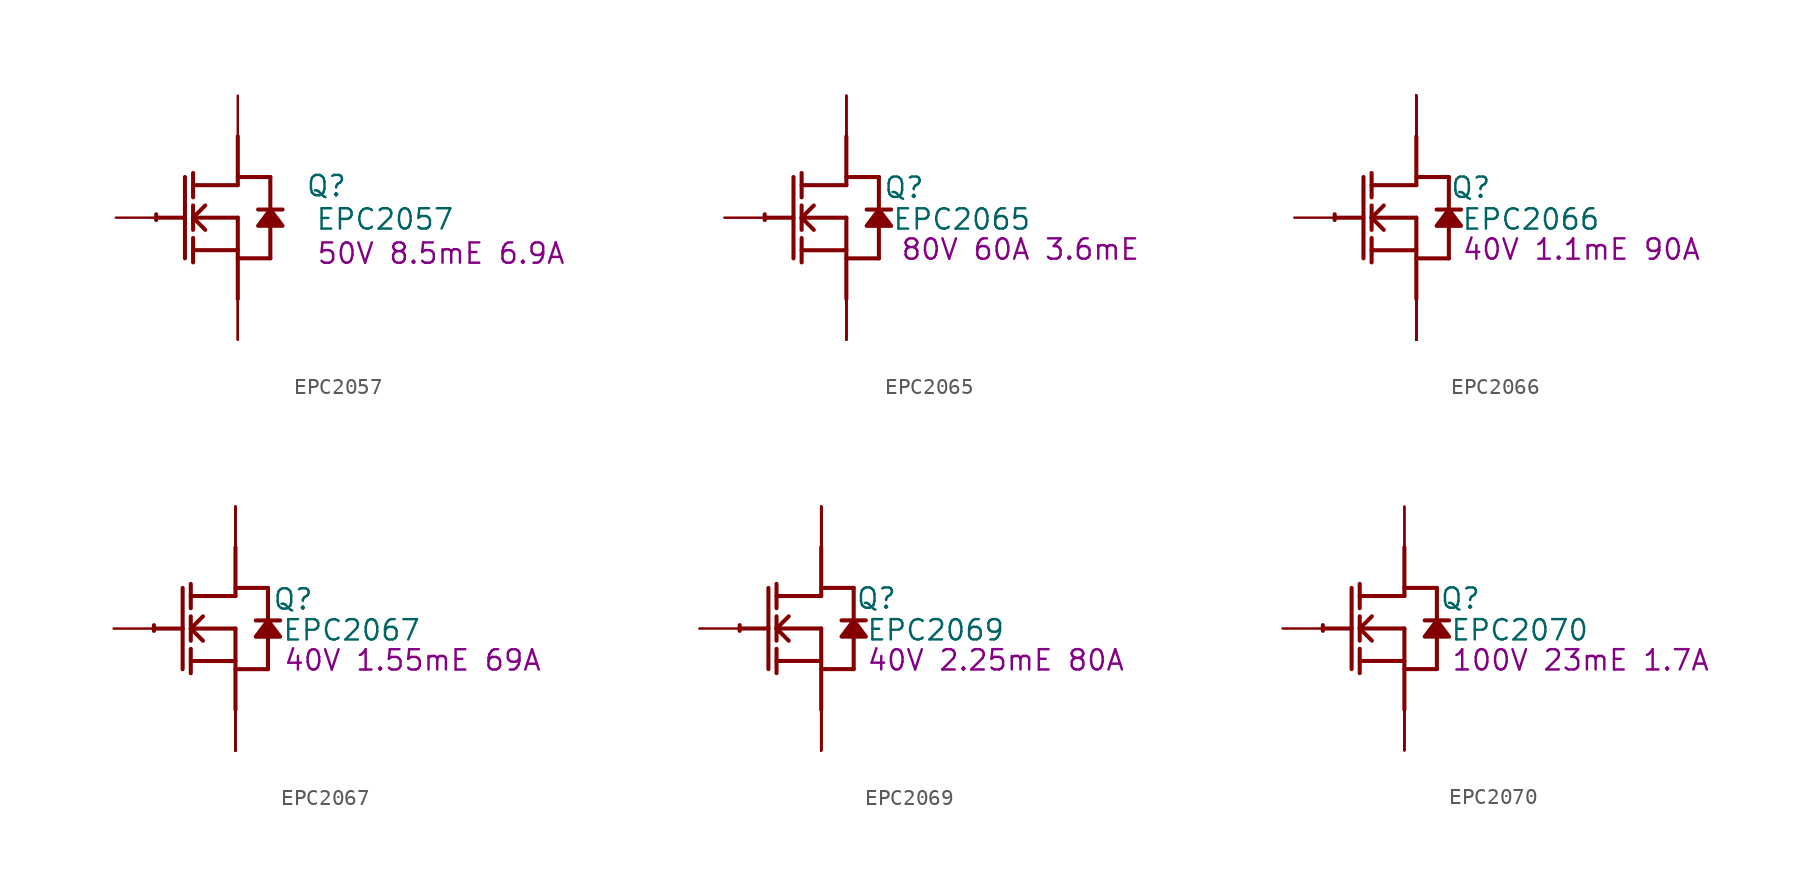
<source format=kicad_sym>
(kicad_symbol_lib
  (version 20231120)
  (generator "kicad_symbol_editor")
  (generator_version "8.0")
  (symbol "EPC2057"
    (property "Reference" "Q"
      (at 5.537 1.981 0)
      (effects (font (size 1.27 1.27))))
    (property "Value" "EPC2057"
      (at 9.195 -0.102 0)
      (effects (font (size 1.27 1.27))))
    (property "Description" "50V 8.5mE 6.9A"
      (at 12.7 -2.235 0)
      (effects (font (size 1.27 1.27))))
    (symbol "EPC2057_1_0"
      (arc (start -5.0996 0.2128) (mid -5.1039 0.0331) (end -5.1019 -0.1467) (stroke (width 0.254) (type solid)) (fill (type none)))
      (polyline (pts (xy -5.08 0) (xy -3.302 0)) (stroke (width 0.254) (type solid)) (fill (type none)))
      (polyline (pts (xy -3.302 2.54) (xy -3.302 -2.54)) (stroke (width 0.254) (type solid)) (fill (type none)))
      (polyline (pts (xy -2.794 -2.794) (xy -2.794 -1.27)) (stroke (width 0.254) (type solid)) (fill (type none)))
      (polyline (pts (xy -2.794 -2.032) (xy 0 -2.032)) (stroke (width 0.254) (type solid)) (fill (type none)))
      (polyline (pts (xy -2.794 -0.762) (xy -2.794 0.762)) (stroke (width 0.254) (type solid)) (fill (type none)))
      (polyline (pts (xy -2.794 0) (xy -2.032 0.762)) (stroke (width 0.254) (type solid)) (fill (type none)))
      (polyline (pts (xy -2.794 0) (xy 0 0)) (stroke (width 0.254) (type solid)) (fill (type none)))
      (polyline (pts (xy -2.794 1.27) (xy -2.794 2.794)) (stroke (width 0.254) (type solid)) (fill (type none)))
      (polyline (pts (xy -2.032 -0.762) (xy -2.794 0)) (stroke (width 0.254) (type solid)) (fill (type none)))
      (polyline (pts (xy 0 -2.54) (xy 2.032 -2.54)) (stroke (width 0.254) (type solid)) (fill (type none)))
      (polyline (pts (xy 0 0) (xy 0 -5.08)) (stroke (width 0.254) (type solid)) (fill (type none)))
      (polyline (pts (xy 0 2.032) (xy -2.794 2.032)) (stroke (width 0.254) (type solid)) (fill (type none)))
      (polyline (pts (xy 0 2.032) (xy 0 5.08)) (stroke (width 0.254) (type solid)) (fill (type none)))
      (polyline (pts (xy 0 2.54) (xy 2.032 2.54)) (stroke (width 0.254) (type solid)) (fill (type none)))
      (polyline (pts (xy 2.032 -0.508) (xy 2.032 -2.54)) (stroke (width 0.254) (type solid)) (fill (type none)))
      (polyline (pts (xy 2.032 2.54) (xy 2.032 0.508)) (stroke (width 0.254) (type solid)) (fill (type none)))
      (polyline (pts (xy 2.794 0.508) (xy 1.27 0.508)) (stroke (width 0.254) (type solid)) (fill (type none)))
      (polyline (pts (xy 2.032 0.508) (xy 1.27 -0.508) (xy 2.794 -0.508) (xy 2.032 0.508)) (stroke (width 0.254) (type solid)) (fill (type outline)))
      (pin passive line (at -7.62 0 0) (length 2.54) (name "G" (effects (font (size 0 0)))) (number "1" (effects (font (size 0 0)))))
      (pin open_emitter line (at 0 -7.62 90) (length 2.54) (name "S" (effects (font (size 0 0)))) (number "2" (effects (font (size 0 0)))))
      (pin open_collector line (at 0 7.62 270) (length 2.54) (name "D" (effects (font (size 0 0)))) (number "3" (effects (font (size 0 0)))))
      (pin open_emitter line (at 0 -7.62 90) (length 2.54) (name "S" (effects (font (size 0 0)))) (number "4" (effects (font (size 0 0)))))))
  (symbol "EPC2065"
    (property "Reference" "Q"
      (at 3.607 1.88 0)
      (effects (font (size 1.27 1.27))))
    (property "Value" "EPC2065"
      (at 7.214 -0.102 0)
      (effects (font (size 1.27 1.27))))
    (property "Description" "80V 60A 3.6mE"
      (at 10.871 -1.981 0)
      (effects (font (size 1.27 1.27))))
    (symbol "EPC2065_1_0"
      (arc (start -5.0996 0.2128) (mid -5.1039 0.0331) (end -5.1019 -0.1467) (stroke (width 0.254) (type solid)) (fill (type none)))
      (polyline (pts (xy -5.08 0) (xy -3.302 0)) (stroke (width 0.254) (type solid)) (fill (type none)))
      (polyline (pts (xy -3.302 2.54) (xy -3.302 -2.54)) (stroke (width 0.254) (type solid)) (fill (type none)))
      (polyline (pts (xy -2.794 -2.794) (xy -2.794 -1.27)) (stroke (width 0.254) (type solid)) (fill (type none)))
      (polyline (pts (xy -2.794 -2.032) (xy 0 -2.032)) (stroke (width 0.254) (type solid)) (fill (type none)))
      (polyline (pts (xy -2.794 -0.762) (xy -2.794 0.762)) (stroke (width 0.254) (type solid)) (fill (type none)))
      (polyline (pts (xy -2.794 0) (xy -2.032 0.762)) (stroke (width 0.254) (type solid)) (fill (type none)))
      (polyline (pts (xy -2.794 0) (xy 0 0)) (stroke (width 0.254) (type solid)) (fill (type none)))
      (polyline (pts (xy -2.794 1.27) (xy -2.794 2.794)) (stroke (width 0.254) (type solid)) (fill (type none)))
      (polyline (pts (xy -2.032 -0.762) (xy -2.794 0)) (stroke (width 0.254) (type solid)) (fill (type none)))
      (polyline (pts (xy 0 -2.54) (xy 2.032 -2.54)) (stroke (width 0.254) (type solid)) (fill (type none)))
      (polyline (pts (xy 0 0) (xy 0 -5.08)) (stroke (width 0.254) (type solid)) (fill (type none)))
      (polyline (pts (xy 0 2.032) (xy -2.794 2.032)) (stroke (width 0.254) (type solid)) (fill (type none)))
      (polyline (pts (xy 0 2.032) (xy 0 5.08)) (stroke (width 0.254) (type solid)) (fill (type none)))
      (polyline (pts (xy 0 2.54) (xy 2.032 2.54)) (stroke (width 0.254) (type solid)) (fill (type none)))
      (polyline (pts (xy 2.032 -0.508) (xy 2.032 -2.54)) (stroke (width 0.254) (type solid)) (fill (type none)))
      (polyline (pts (xy 2.032 2.54) (xy 2.032 0.508)) (stroke (width 0.254) (type solid)) (fill (type none)))
      (polyline (pts (xy 2.794 0.508) (xy 1.27 0.508)) (stroke (width 0.254) (type solid)) (fill (type none)))
      (polyline (pts (xy 2.032 0.508) (xy 1.27 -0.508) (xy 2.794 -0.508) (xy 2.032 0.508)) (stroke (width 0.254) (type solid)) (fill (type outline)))
      (pin passive line (at -7.62 0 0) (length 2.54) (name "G" (effects (font (size 0 0)))) (number "1" (effects (font (size 0 0)))))
      (pin passive line (at 0 -7.62 90) (length 2.54) (name "S" (effects (font (size 0 0)))) (number "2" (effects (font (size 0 0)))))
      (pin passive line (at 0 7.62 270) (length 2.54) (name "D" (effects (font (size 0 0)))) (number "3" (effects (font (size 0 0)))))
      (pin passive line (at 0 -7.62 90) (length 2.54) (name "S" (effects (font (size 0 0)))) (number "4" (effects (font (size 0 0)))))
      (pin passive line (at 0 7.62 270) (length 2.54) (name "D" (effects (font (size 0 0)))) (number "5" (effects (font (size 0 0)))))
      (pin passive line (at 0 -7.62 90) (length 2.54) (name "S" (effects (font (size 0 0)))) (number "6" (effects (font (size 0 0)))))
      (pin passive line (at 0 7.62 270) (length 2.54) (name "D" (effects (font (size 0 0)))) (number "7" (effects (font (size 0 0)))))
      (pin passive line (at 0 -7.62 90) (length 2.54) (name "S" (effects (font (size 0 0)))) (number "8" (effects (font (size 0 0)))))))
  (symbol "EPC2066"
    (property "Reference" "Q"
      (at 3.404 1.88 0)
      (effects (font (size 1.27 1.27))))
    (property "Value" "EPC2066"
      (at 7.163 -0.102 0)
      (effects (font (size 1.27 1.27))))
    (property "Description" "40V 1.1mE 90A"
      (at 10.312 -1.981 0)
      (effects (font (size 1.27 1.27))))
    (symbol "EPC2066_1_0"
      (arc (start -5.0996 0.2128) (mid -5.1039 0.0331) (end -5.1019 -0.1467) (stroke (width 0.254) (type solid)) (fill (type none)))
      (polyline (pts (xy -5.08 0) (xy -3.302 0)) (stroke (width 0.254) (type solid)) (fill (type none)))
      (polyline (pts (xy -3.302 2.54) (xy -3.302 -2.54)) (stroke (width 0.254) (type solid)) (fill (type none)))
      (polyline (pts (xy -2.794 -2.794) (xy -2.794 -1.27)) (stroke (width 0.254) (type solid)) (fill (type none)))
      (polyline (pts (xy -2.794 -2.032) (xy 0 -2.032)) (stroke (width 0.254) (type solid)) (fill (type none)))
      (polyline (pts (xy -2.794 -0.762) (xy -2.794 0.762)) (stroke (width 0.254) (type solid)) (fill (type none)))
      (polyline (pts (xy -2.794 0) (xy -2.032 0.762)) (stroke (width 0.254) (type solid)) (fill (type none)))
      (polyline (pts (xy -2.794 0) (xy 0 0)) (stroke (width 0.254) (type solid)) (fill (type none)))
      (polyline (pts (xy -2.794 1.27) (xy -2.794 2.794)) (stroke (width 0.254) (type solid)) (fill (type none)))
      (polyline (pts (xy -2.032 -0.762) (xy -2.794 0)) (stroke (width 0.254) (type solid)) (fill (type none)))
      (polyline (pts (xy 0 -2.54) (xy 2.032 -2.54)) (stroke (width 0.254) (type solid)) (fill (type none)))
      (polyline (pts (xy 0 0) (xy 0 -5.08)) (stroke (width 0.254) (type solid)) (fill (type none)))
      (polyline (pts (xy 0 2.032) (xy -2.794 2.032)) (stroke (width 0.254) (type solid)) (fill (type none)))
      (polyline (pts (xy 0 2.032) (xy 0 5.08)) (stroke (width 0.254) (type solid)) (fill (type none)))
      (polyline (pts (xy 0 2.54) (xy 2.032 2.54)) (stroke (width 0.254) (type solid)) (fill (type none)))
      (polyline (pts (xy 2.032 -0.508) (xy 2.032 -2.54)) (stroke (width 0.254) (type solid)) (fill (type none)))
      (polyline (pts (xy 2.032 2.54) (xy 2.032 0.508)) (stroke (width 0.254) (type solid)) (fill (type none)))
      (polyline (pts (xy 2.794 0.508) (xy 1.27 0.508)) (stroke (width 0.254) (type solid)) (fill (type none)))
      (polyline (pts (xy 2.032 0.508) (xy 1.27 -0.508) (xy 2.794 -0.508) (xy 2.032 0.508)) (stroke (width 0.254) (type solid)) (fill (type outline)))
      (pin passive line (at -7.62 0 0) (length 2.54) (name "G" (effects (font (size 0 0)))) (number "1" (effects (font (size 0 0)))))
      (pin open_emitter line (at 0 -7.62 90) (length 2.54) (name "S5" (effects (font (size 0 0)))) (number "10" (effects (font (size 0 0)))))
      (pin open_collector line (at 0 7.62 270) (length 2.54) (name "D5" (effects (font (size 0 0)))) (number "11" (effects (font (size 0 0)))))
      (pin open_collector line (at 0 7.62 270) (length 2.54) (name "D6" (effects (font (size 0 0)))) (number "12" (effects (font (size 0 0)))))
      (pin open_emitter line (at 0 -7.62 90) (length 2.54) (name "S6" (effects (font (size 0 0)))) (number "13" (effects (font (size 0 0)))))
      (pin open_emitter line (at 0 -7.62 90) (length 2.54) (name "S7" (effects (font (size 0 0)))) (number "14" (effects (font (size 0 0)))))
      (pin open_collector line (at 0 7.62 270) (length 2.54) (name "D7" (effects (font (size 0 0)))) (number "15" (effects (font (size 0 0)))))
      (pin open_collector line (at 0 7.62 270) (length 2.54) (name "D8" (effects (font (size 0 0)))) (number "16" (effects (font (size 0 0)))))
      (pin open_emitter line (at 0 -7.62 90) (length 2.54) (name "S8" (effects (font (size 0 0)))) (number "17" (effects (font (size 0 0)))))
      (pin open_emitter line (at 0 -7.62 90) (length 2.54) (name "S9" (effects (font (size 0 0)))) (number "18" (effects (font (size 0 0)))))
      (pin open_collector line (at 0 7.62 270) (length 2.54) (name "D9" (effects (font (size 0 0)))) (number "19" (effects (font (size 0 0)))))
      (pin open_emitter line (at 0 -7.62 90) (length 2.54) (name "S1" (effects (font (size 0 0)))) (number "2" (effects (font (size 0 0)))))
      (pin open_collector line (at 0 7.62 270) (length 2.54) (name "D10" (effects (font (size 0 0)))) (number "20" (effects (font (size 0 0)))))
      (pin open_emitter line (at 0 -7.62 90) (length 2.54) (name "S10" (effects (font (size 0 0)))) (number "21" (effects (font (size 0 0)))))
      (pin open_emitter line (at 0 -7.62 90) (length 2.54) (name "S11" (effects (font (size 0 0)))) (number "22" (effects (font (size 0 0)))))
      (pin open_collector line (at 0 7.62 270) (length 2.54) (name "D11" (effects (font (size 0 0)))) (number "23" (effects (font (size 0 0)))))
      (pin open_collector line (at 0 7.62 270) (length 2.54) (name "D12" (effects (font (size 0 0)))) (number "24" (effects (font (size 0 0)))))
      (pin open_emitter line (at 0 -7.62 90) (length 2.54) (name "S12" (effects (font (size 0 0)))) (number "25" (effects (font (size 0 0)))))
      (pin open_emitter line (at 0 -7.62 90) (length 2.54) (name "S13" (effects (font (size 0 0)))) (number "26" (effects (font (size 0 0)))))
      (pin open_collector line (at 0 7.62 270) (length 2.54) (name "D13" (effects (font (size 0 0)))) (number "27" (effects (font (size 0 0)))))
      (pin open_collector line (at 0 7.62 270) (length 2.54) (name "D14" (effects (font (size 0 0)))) (number "28" (effects (font (size 0 0)))))
      (pin open_emitter line (at 0 -7.62 90) (length 2.54) (name "S14" (effects (font (size 0 0)))) (number "29" (effects (font (size 0 0)))))
      (pin open_collector line (at 0 7.62 270) (length 2.54) (name "D1" (effects (font (size 0 0)))) (number "3" (effects (font (size 0 0)))))
      (pin open_emitter line (at 0 -7.62 90) (length 2.54) (name "Sub" (effects (font (size 0 0)))) (number "30" (effects (font (size 0 0)))))
      (pin open_collector line (at 0 7.62 270) (length 2.54) (name "D2" (effects (font (size 0 0)))) (number "4" (effects (font (size 0 0)))))
      (pin open_emitter line (at 0 -7.62 90) (length 2.54) (name "S2" (effects (font (size 0 0)))) (number "5" (effects (font (size 0 0)))))
      (pin open_emitter line (at 0 -7.62 90) (length 2.54) (name "S3" (effects (font (size 0 0)))) (number "6" (effects (font (size 0 0)))))
      (pin open_collector line (at 0 7.62 270) (length 2.54) (name "D3" (effects (font (size 0 0)))) (number "7" (effects (font (size 0 0)))))
      (pin open_collector line (at 0 7.62 270) (length 2.54) (name "D4" (effects (font (size 0 0)))) (number "8" (effects (font (size 0 0)))))
      (pin open_emitter line (at 0 -7.62 90) (length 2.54) (name "S4" (effects (font (size 0 0)))) (number "9" (effects (font (size 0 0)))))))
  (symbol "EPC2067"
    (property "Reference" "Q"
      (at 3.607 1.829 0)
      (effects (font (size 1.27 1.27))))
    (property "Value" "EPC2067"
      (at 7.264 -0.102 0)
      (effects (font (size 1.27 1.27))))
    (property "Description" "40V 1.55mE 69A"
      (at 11.074 -1.981 0)
      (effects (font (size 1.27 1.27))))
    (symbol "EPC2067_1_0"
      (arc (start -5.0996 0.2128) (mid -5.1039 0.0331) (end -5.1019 -0.1467) (stroke (width 0.254) (type solid)) (fill (type none)))
      (polyline (pts (xy -5.08 0) (xy -3.302 0)) (stroke (width 0.254) (type solid)) (fill (type none)))
      (polyline (pts (xy -3.302 2.54) (xy -3.302 -2.54)) (stroke (width 0.254) (type solid)) (fill (type none)))
      (polyline (pts (xy -2.794 -2.794) (xy -2.794 -1.27)) (stroke (width 0.254) (type solid)) (fill (type none)))
      (polyline (pts (xy -2.794 -2.032) (xy 0 -2.032)) (stroke (width 0.254) (type solid)) (fill (type none)))
      (polyline (pts (xy -2.794 -0.762) (xy -2.794 0.762)) (stroke (width 0.254) (type solid)) (fill (type none)))
      (polyline (pts (xy -2.794 0) (xy -2.032 0.762)) (stroke (width 0.254) (type solid)) (fill (type none)))
      (polyline (pts (xy -2.794 0) (xy 0 0)) (stroke (width 0.254) (type solid)) (fill (type none)))
      (polyline (pts (xy -2.794 1.27) (xy -2.794 2.794)) (stroke (width 0.254) (type solid)) (fill (type none)))
      (polyline (pts (xy -2.032 -0.762) (xy -2.794 0)) (stroke (width 0.254) (type solid)) (fill (type none)))
      (polyline (pts (xy 0 -2.54) (xy 2.032 -2.54)) (stroke (width 0.254) (type solid)) (fill (type none)))
      (polyline (pts (xy 0 0) (xy 0 -5.08)) (stroke (width 0.254) (type solid)) (fill (type none)))
      (polyline (pts (xy 0 2.032) (xy -2.794 2.032)) (stroke (width 0.254) (type solid)) (fill (type none)))
      (polyline (pts (xy 0 2.032) (xy 0 5.08)) (stroke (width 0.254) (type solid)) (fill (type none)))
      (polyline (pts (xy 0 2.54) (xy 2.032 2.54)) (stroke (width 0.254) (type solid)) (fill (type none)))
      (polyline (pts (xy 2.032 -0.508) (xy 2.032 -2.54)) (stroke (width 0.254) (type solid)) (fill (type none)))
      (polyline (pts (xy 2.032 2.54) (xy 2.032 0.508)) (stroke (width 0.254) (type solid)) (fill (type none)))
      (polyline (pts (xy 2.794 0.508) (xy 1.27 0.508)) (stroke (width 0.254) (type solid)) (fill (type none)))
      (polyline (pts (xy 2.032 0.508) (xy 1.27 -0.508) (xy 2.794 -0.508) (xy 2.032 0.508)) (stroke (width 0.254) (type solid)) (fill (type outline)))
      (pin passive line (at -7.62 0 0) (length 2.54) (name "G" (effects (font (size 0 0)))) (number "1" (effects (font (size 0 0)))))
      (pin open_emitter line (at 0 -7.62 90) (length 2.54) (name "S5" (effects (font (size 0 0)))) (number "10" (effects (font (size 0 0)))))
      (pin open_collector line (at 0 7.62 270) (length 2.54) (name "D5" (effects (font (size 0 0)))) (number "11" (effects (font (size 0 0)))))
      (pin open_collector line (at 0 7.62 270) (length 2.54) (name "D6" (effects (font (size 0 0)))) (number "12" (effects (font (size 0 0)))))
      (pin open_emitter line (at 0 -7.62 90) (length 2.54) (name "S6" (effects (font (size 0 0)))) (number "13" (effects (font (size 0 0)))))
      (pin open_emitter line (at 0 -7.62 90) (length 2.54) (name "S7" (effects (font (size 0 0)))) (number "14" (effects (font (size 0 0)))))
      (pin open_emitter line (at 0 -7.62 90) (length 2.54) (name "S1" (effects (font (size 0 0)))) (number "2" (effects (font (size 0 0)))))
      (pin open_collector line (at 0 7.62 270) (length 2.54) (name "D1" (effects (font (size 0 0)))) (number "3" (effects (font (size 0 0)))))
      (pin open_collector line (at 0 7.62 270) (length 2.54) (name "D2" (effects (font (size 0 0)))) (number "4" (effects (font (size 0 0)))))
      (pin open_emitter line (at 0 -7.62 90) (length 2.54) (name "S2" (effects (font (size 0 0)))) (number "5" (effects (font (size 0 0)))))
      (pin open_emitter line (at 0 -7.62 90) (length 2.54) (name "S3" (effects (font (size 0 0)))) (number "6" (effects (font (size 0 0)))))
      (pin open_collector line (at 0 7.62 270) (length 2.54) (name "D3" (effects (font (size 0 0)))) (number "7" (effects (font (size 0 0)))))
      (pin open_collector line (at 0 7.62 270) (length 2.54) (name "D4" (effects (font (size 0 0)))) (number "8" (effects (font (size 0 0)))))
      (pin open_emitter line (at 0 -7.62 90) (length 2.54) (name "S4" (effects (font (size 0 0)))) (number "9" (effects (font (size 0 0)))))))
  (symbol "EPC2069"
    (property "Reference" "Q"
      (at 3.454 1.88 0)
      (effects (font (size 1.27 1.27))))
    (property "Value" "EPC2069"
      (at 7.163 -0.102 0)
      (effects (font (size 1.27 1.27))))
    (property "Description" "40V 2.25mE 80A"
      (at 10.922 -1.981 0)
      (effects (font (size 1.27 1.27))))
    (symbol "EPC2069_1_0"
      (arc (start -5.0996 0.2128) (mid -5.1039 0.0331) (end -5.1019 -0.1467) (stroke (width 0.254) (type solid)) (fill (type none)))
      (polyline (pts (xy -5.08 0) (xy -3.302 0)) (stroke (width 0.254) (type solid)) (fill (type none)))
      (polyline (pts (xy -3.302 2.54) (xy -3.302 -2.54)) (stroke (width 0.254) (type solid)) (fill (type none)))
      (polyline (pts (xy -2.794 -2.794) (xy -2.794 -1.27)) (stroke (width 0.254) (type solid)) (fill (type none)))
      (polyline (pts (xy -2.794 -2.032) (xy 0 -2.032)) (stroke (width 0.254) (type solid)) (fill (type none)))
      (polyline (pts (xy -2.794 -0.762) (xy -2.794 0.762)) (stroke (width 0.254) (type solid)) (fill (type none)))
      (polyline (pts (xy -2.794 0) (xy -2.032 0.762)) (stroke (width 0.254) (type solid)) (fill (type none)))
      (polyline (pts (xy -2.794 0) (xy 0 0)) (stroke (width 0.254) (type solid)) (fill (type none)))
      (polyline (pts (xy -2.794 1.27) (xy -2.794 2.794)) (stroke (width 0.254) (type solid)) (fill (type none)))
      (polyline (pts (xy -2.032 -0.762) (xy -2.794 0)) (stroke (width 0.254) (type solid)) (fill (type none)))
      (polyline (pts (xy 0 -2.54) (xy 2.032 -2.54)) (stroke (width 0.254) (type solid)) (fill (type none)))
      (polyline (pts (xy 0 0) (xy 0 -5.08)) (stroke (width 0.254) (type solid)) (fill (type none)))
      (polyline (pts (xy 0 2.032) (xy -2.794 2.032)) (stroke (width 0.254) (type solid)) (fill (type none)))
      (polyline (pts (xy 0 2.032) (xy 0 5.08)) (stroke (width 0.254) (type solid)) (fill (type none)))
      (polyline (pts (xy 0 2.54) (xy 2.032 2.54)) (stroke (width 0.254) (type solid)) (fill (type none)))
      (polyline (pts (xy 2.032 -0.508) (xy 2.032 -2.54)) (stroke (width 0.254) (type solid)) (fill (type none)))
      (polyline (pts (xy 2.032 2.54) (xy 2.032 0.508)) (stroke (width 0.254) (type solid)) (fill (type none)))
      (polyline (pts (xy 2.794 0.508) (xy 1.27 0.508)) (stroke (width 0.254) (type solid)) (fill (type none)))
      (polyline (pts (xy 2.032 0.508) (xy 1.27 -0.508) (xy 2.794 -0.508) (xy 2.032 0.508)) (stroke (width 0.254) (type solid)) (fill (type outline)))
      (pin passive line (at -7.62 0 0) (length 2.54) (name "G" (effects (font (size 0 0)))) (number "1" (effects (font (size 0 0)))))
      (pin open_emitter line (at 0 -7.62 90) (length 2.54) (name "S5" (effects (font (size 0 0)))) (number "10" (effects (font (size 0 0)))))
      (pin open_collector line (at 0 7.62 270) (length 2.54) (name "D5" (effects (font (size 0 0)))) (number "11" (effects (font (size 0 0)))))
      (pin open_collector line (at 0 7.62 270) (length 2.54) (name "D6" (effects (font (size 0 0)))) (number "12" (effects (font (size 0 0)))))
      (pin open_emitter line (at 0 -7.62 90) (length 2.54) (name "S6" (effects (font (size 0 0)))) (number "13" (effects (font (size 0 0)))))
      (pin open_emitter line (at 0 -7.62 90) (length 2.54) (name "S7" (effects (font (size 0 0)))) (number "14" (effects (font (size 0 0)))))
      (pin open_collector line (at 0 7.62 270) (length 2.54) (name "D7" (effects (font (size 0 0)))) (number "15" (effects (font (size 0 0)))))
      (pin open_collector line (at 0 7.62 270) (length 2.54) (name "D8" (effects (font (size 0 0)))) (number "16" (effects (font (size 0 0)))))
      (pin open_emitter line (at 0 -7.62 90) (length 2.54) (name "S1" (effects (font (size 0 0)))) (number "2" (effects (font (size 0 0)))))
      (pin open_collector line (at 0 7.62 270) (length 2.54) (name "D1" (effects (font (size 0 0)))) (number "3" (effects (font (size 0 0)))))
      (pin open_collector line (at 0 7.62 270) (length 2.54) (name "D2" (effects (font (size 0 0)))) (number "4" (effects (font (size 0 0)))))
      (pin open_emitter line (at 0 -7.62 90) (length 2.54) (name "S2" (effects (font (size 0 0)))) (number "5" (effects (font (size 0 0)))))
      (pin open_emitter line (at 0 -7.62 90) (length 2.54) (name "S3" (effects (font (size 0 0)))) (number "6" (effects (font (size 0 0)))))
      (pin open_collector line (at 0 7.62 270) (length 2.54) (name "D3" (effects (font (size 0 0)))) (number "7" (effects (font (size 0 0)))))
      (pin open_collector line (at 0 7.62 270) (length 2.54) (name "D4" (effects (font (size 0 0)))) (number "8" (effects (font (size 0 0)))))
      (pin open_emitter line (at 0 -7.62 90) (length 2.54) (name "S4" (effects (font (size 0 0)))) (number "9" (effects (font (size 0 0)))))))
  (symbol "EPC2070"
    (property "Reference" "Q"
      (at 3.505 1.88 0)
      (effects (font (size 1.27 1.27))))
    (property "Value" "EPC2070"
      (at 7.214 -0.102 0)
      (effects (font (size 1.27 1.27))))
    (property "Description" "100V 23mE 1.7A"
      (at 11.024 -1.981 0)
      (effects (font (size 1.27 1.27))))
    (symbol "EPC2070_1_0"
      (arc (start -5.0996 0.2128) (mid -5.1039 0.0331) (end -5.1019 -0.1467) (stroke (width 0.254) (type solid)) (fill (type none)))
      (polyline (pts (xy -5.08 0) (xy -3.302 0)) (stroke (width 0.254) (type solid)) (fill (type none)))
      (polyline (pts (xy -3.302 2.54) (xy -3.302 -2.54)) (stroke (width 0.254) (type solid)) (fill (type none)))
      (polyline (pts (xy -2.794 -2.794) (xy -2.794 -1.27)) (stroke (width 0.254) (type solid)) (fill (type none)))
      (polyline (pts (xy -2.794 -2.032) (xy 0 -2.032)) (stroke (width 0.254) (type solid)) (fill (type none)))
      (polyline (pts (xy -2.794 -0.762) (xy -2.794 0.762)) (stroke (width 0.254) (type solid)) (fill (type none)))
      (polyline (pts (xy -2.794 0) (xy -2.032 0.762)) (stroke (width 0.254) (type solid)) (fill (type none)))
      (polyline (pts (xy -2.794 0) (xy 0 0)) (stroke (width 0.254) (type solid)) (fill (type none)))
      (polyline (pts (xy -2.794 1.27) (xy -2.794 2.794)) (stroke (width 0.254) (type solid)) (fill (type none)))
      (polyline (pts (xy -2.032 -0.762) (xy -2.794 0)) (stroke (width 0.254) (type solid)) (fill (type none)))
      (polyline (pts (xy 0 -2.54) (xy 2.032 -2.54)) (stroke (width 0.254) (type solid)) (fill (type none)))
      (polyline (pts (xy 0 0) (xy 0 -5.08)) (stroke (width 0.254) (type solid)) (fill (type none)))
      (polyline (pts (xy 0 2.032) (xy -2.794 2.032)) (stroke (width 0.254) (type solid)) (fill (type none)))
      (polyline (pts (xy 0 2.032) (xy 0 5.08)) (stroke (width 0.254) (type solid)) (fill (type none)))
      (polyline (pts (xy 0 2.54) (xy 2.032 2.54)) (stroke (width 0.254) (type solid)) (fill (type none)))
      (polyline (pts (xy 2.032 -0.508) (xy 2.032 -2.54)) (stroke (width 0.254) (type solid)) (fill (type none)))
      (polyline (pts (xy 2.032 2.54) (xy 2.032 0.508)) (stroke (width 0.254) (type solid)) (fill (type none)))
      (polyline (pts (xy 2.794 0.508) (xy 1.27 0.508)) (stroke (width 0.254) (type solid)) (fill (type none)))
      (polyline (pts (xy 2.032 0.508) (xy 1.27 -0.508) (xy 2.794 -0.508) (xy 2.032 0.508)) (stroke (width 0.254) (type solid)) (fill (type outline)))
      (pin passive line (at -7.62 0 0) (length 2.54) (name "G" (effects (font (size 0 0)))) (number "1" (effects (font (size 0 0)))))
      (pin open_emitter line (at 0 -7.62 90) (length 2.54) (name "S1" (effects (font (size 0 0)))) (number "2" (effects (font (size 0 0)))))
      (pin open_collector line (at 0 7.62 270) (length 2.54) (name "D1" (effects (font (size 0 0)))) (number "3" (effects (font (size 0 0)))))
      (pin open_collector line (at 0 7.62 270) (length 2.54) (name "D2" (effects (font (size 0 0)))) (number "4" (effects (font (size 0 0)))))
      (pin open_emitter line (at 0 -7.62 90) (length 2.54) (name "S2" (effects (font (size 0 0)))) (number "5" (effects (font (size 0 0)))))
      (pin open_emitter line (at 0 -7.62 90) (length 2.54) (name "Sub" (effects (font (size 0 0)))) (number "6" (effects (font (size 0 0))))))))
</source>
